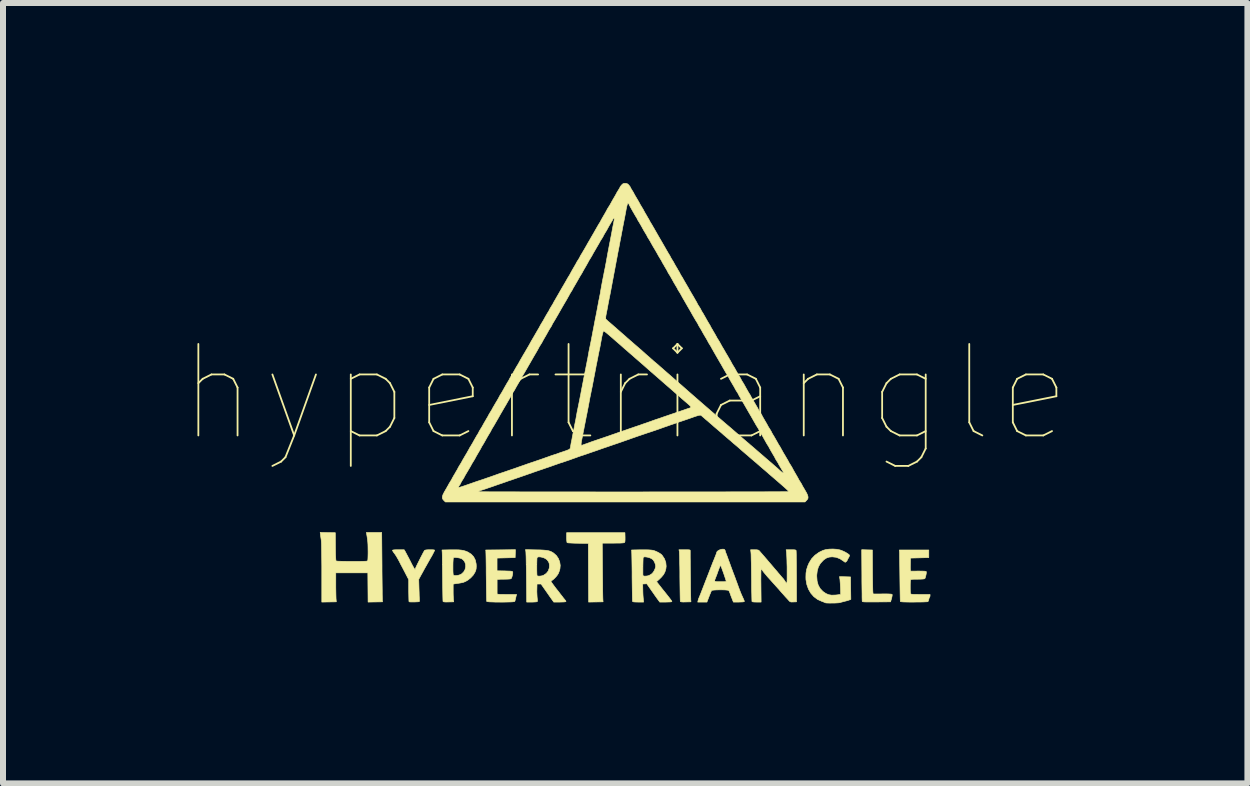
<source format=kicad_pcb>
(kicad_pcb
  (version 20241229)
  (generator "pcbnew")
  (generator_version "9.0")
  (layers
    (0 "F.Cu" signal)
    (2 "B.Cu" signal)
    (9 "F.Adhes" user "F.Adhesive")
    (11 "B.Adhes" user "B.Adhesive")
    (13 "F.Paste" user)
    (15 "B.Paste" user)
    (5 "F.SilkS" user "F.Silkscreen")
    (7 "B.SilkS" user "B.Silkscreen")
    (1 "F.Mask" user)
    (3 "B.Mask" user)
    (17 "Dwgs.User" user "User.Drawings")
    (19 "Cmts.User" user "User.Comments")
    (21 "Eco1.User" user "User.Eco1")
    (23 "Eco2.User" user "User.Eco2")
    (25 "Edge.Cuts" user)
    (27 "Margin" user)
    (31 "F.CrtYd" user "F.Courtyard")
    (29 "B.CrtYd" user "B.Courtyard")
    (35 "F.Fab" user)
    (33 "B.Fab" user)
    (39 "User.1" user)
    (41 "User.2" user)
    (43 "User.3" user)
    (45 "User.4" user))
  (footprint "hypertriangle"
    (layer "F.Cu")
    (at 7.367 3.502)
    (property "Reference" "hypertriangle" (at 0 0 0) (layer "F.SilkS") (effects (font (size 1.524 1.524) (thickness 0.03))))
    (attr through_hole)
    (fp_poly (pts (xy -0.002 2.442) (xy -0.004 2.472) (xy -0.009 2.486) (xy -0.016 2.49) (xy -0.029 2.493) (xy -0.051 2.495) (xy -0.084 2.497) (xy -0.129 2.497) (xy -0.189 2.498) (xy -0.2 2.498) (xy -0.382 2.498) (xy -0.378 2.957) (xy -0.377 3.045) (xy -0.376 3.128) (xy -0.375 3.205) (xy -0.375 3.274) (xy -0.374 3.334) (xy -0.373 3.383) (xy -0.372 3.419) (xy -0.371 3.441) (xy -0.371 3.446) (xy -0.368 3.476) (xy -0.489 3.478) (xy -0.609 3.48) (xy -0.612 2.991) (xy -0.614 2.502) (xy -0.787 2.5) (xy -0.84 2.499) (xy -0.887 2.497) (xy -0.925 2.495) (xy -0.953 2.493) (xy -0.967 2.49) (xy -0.968 2.49) (xy -0.971 2.478) (xy -0.974 2.454) (xy -0.976 2.422) (xy -0.976 2.403) (xy -0.976 2.324) (xy -0.49 2.324) (xy -0.004 2.324) (xy -0.002 2.399) (xy -0.002 2.442)) (stroke (width 0.01) (type solid)) (fill yes) (layer "F.SilkS"))
    (fp_poly (pts (xy 4.449 3.355) (xy 4.449 3.368) (xy 4.445 3.392) (xy 4.438 3.421) (xy 4.422 3.476) (xy 4.188 3.478) (xy 4.115 3.478) (xy 4.058 3.478) (xy 4.015 3.478) (xy 3.984 3.477) (xy 3.964 3.475) (xy 3.953 3.472) (xy 3.95 3.469) (xy 3.949 3.459) (xy 3.948 3.433) (xy 3.947 3.394) (xy 3.947 3.343) (xy 3.946 3.281) (xy 3.945 3.211) (xy 3.944 3.134) (xy 3.944 3.051) (xy 3.944 3.033) (xy 3.941 2.607) (xy 4.03 2.61) (xy 4.119 2.612) (xy 4.121 2.978) (xy 4.122 3.071) (xy 4.123 3.147) (xy 4.124 3.21) (xy 4.125 3.258) (xy 4.126 3.295) (xy 4.128 3.321) (xy 4.13 3.337) (xy 4.133 3.344) (xy 4.134 3.345) (xy 4.145 3.345) (xy 4.171 3.345) (xy 4.208 3.345) (xy 4.252 3.345) (xy 4.295 3.344) (xy 4.352 3.344) (xy 4.394 3.345) (xy 4.423 3.347) (xy 4.44 3.349) (xy 4.448 3.353) (xy 4.449 3.355)) (stroke (width 0.01) (type solid)) (fill yes) (layer "F.SilkS"))
    (fp_poly (pts (xy 1.096 3.476) (xy 1.009 3.478) (xy 0.967 3.479) (xy 0.939 3.477) (xy 0.924 3.474) (xy 0.919 3.47) (xy 0.918 3.459) (xy 0.917 3.433) (xy 0.916 3.394) (xy 0.915 3.343) (xy 0.914 3.282) (xy 0.913 3.213) (xy 0.912 3.137) (xy 0.911 3.061) (xy 0.911 2.979) (xy 0.91 2.902) (xy 0.908 2.831) (xy 0.907 2.769) (xy 0.906 2.716) (xy 0.904 2.675) (xy 0.903 2.647) (xy 0.902 2.635) (xy 0.896 2.608) (xy 0.99 2.608) (xy 1.031 2.608) (xy 1.058 2.609) (xy 1.074 2.611) (xy 1.082 2.615) (xy 1.084 2.622) (xy 1.084 2.623) (xy 1.084 2.648) (xy 1.084 2.687) (xy 1.084 2.737) (xy 1.085 2.796) (xy 1.085 2.861) (xy 1.086 2.932) (xy 1.087 3.005) (xy 1.088 3.079) (xy 1.089 3.151) (xy 1.089 3.22) (xy 1.09 3.284) (xy 1.091 3.34) (xy 1.092 3.387) (xy 1.093 3.422) (xy 1.093 3.444) (xy 1.094 3.45) (xy 1.096 3.476)) (stroke (width 0.01) (type solid)) (fill yes) (layer "F.SilkS"))
    (fp_poly (pts (xy -4.043 3.476) (xy -4.163 3.478) (xy -4.284 3.48) (xy -4.286 3.237) (xy -4.288 2.993) (xy -4.555 2.993) (xy -4.822 2.993) (xy -4.822 3.179) (xy -4.822 3.238) (xy -4.821 3.294) (xy -4.82 3.345) (xy -4.819 3.386) (xy -4.818 3.415) (xy -4.818 3.421) (xy -4.813 3.476) (xy -4.934 3.478) (xy -5.055 3.48) (xy -5.055 2.987) (xy -5.055 2.887) (xy -5.056 2.794) (xy -5.057 2.709) (xy -5.058 2.634) (xy -5.059 2.569) (xy -5.06 2.516) (xy -5.062 2.476) (xy -5.064 2.452) (xy -5.064 2.447) (xy -5.07 2.411) (xy -5.075 2.374) (xy -5.077 2.36) (xy -5.082 2.319) (xy -4.956 2.322) (xy -4.83 2.324) (xy -4.828 2.557) (xy -4.827 2.631) (xy -4.826 2.689) (xy -4.824 2.734) (xy -4.822 2.765) (xy -4.82 2.785) (xy -4.816 2.794) (xy -4.815 2.796) (xy -4.804 2.797) (xy -4.779 2.799) (xy -4.741 2.8) (xy -4.692 2.801) (xy -4.635 2.802) (xy -4.573 2.802) (xy -4.55 2.802) (xy -4.476 2.802) (xy -4.418 2.802) (xy -4.374 2.801) (xy -4.341 2.8) (xy -4.318 2.799) (xy -4.303 2.797) (xy -4.294 2.794) (xy -4.29 2.79) (xy -4.289 2.789) (xy -4.288 2.776) (xy -4.286 2.75) (xy -4.285 2.713) (xy -4.284 2.668) (xy -4.284 2.635) (xy -4.285 2.572) (xy -4.286 2.522) (xy -4.289 2.477) (xy -4.294 2.434) (xy -4.301 2.386) (xy -4.306 2.356) (xy -4.312 2.32) (xy -4.184 2.32) (xy -4.057 2.32) (xy -4.052 2.868) (xy -4.052 2.964) (xy -4.051 3.055) (xy -4.05 3.14) (xy -4.049 3.218) (xy -4.048 3.287) (xy -4.048 3.346) (xy -4.047 3.392) (xy -4.046 3.426) (xy -4.046 3.444) (xy -4.046 3.446) (xy -4.043 3.476)) (stroke (width 0.01) (type solid)) (fill yes) (layer "F.SilkS"))
    (fp_poly (pts (xy -1.81 3.353) (xy -1.816 3.376) (xy -1.822 3.401) (xy -1.828 3.429) (xy -1.829 3.43) (xy -1.834 3.453) (xy -1.84 3.469) (xy -1.841 3.47) (xy -1.851 3.473) (xy -1.875 3.476) (xy -1.911 3.478) (xy -1.955 3.479) (xy -2.005 3.48) (xy -2.059 3.481) (xy -2.114 3.48) (xy -2.166 3.48) (xy -2.214 3.478) (xy -2.255 3.477) (xy -2.286 3.474) (xy -2.304 3.471) (xy -2.307 3.469) (xy -2.308 3.459) (xy -2.309 3.433) (xy -2.31 3.394) (xy -2.311 3.343) (xy -2.312 3.282) (xy -2.313 3.213) (xy -2.314 3.137) (xy -2.315 3.061) (xy -2.316 2.979) (xy -2.316 2.903) (xy -2.317 2.832) (xy -2.318 2.77) (xy -2.319 2.717) (xy -2.32 2.676) (xy -2.321 2.649) (xy -2.321 2.637) (xy -2.324 2.612) (xy -2.076 2.61) (xy -1.828 2.607) (xy -1.831 2.673) (xy -1.833 2.739) (xy -1.984 2.743) (xy -2.135 2.747) (xy -2.135 2.853) (xy -2.135 2.959) (xy -2.007 2.961) (xy -1.957 2.963) (xy -1.921 2.964) (xy -1.897 2.966) (xy -1.883 2.97) (xy -1.876 2.974) (xy -1.874 2.977) (xy -1.873 2.994) (xy -1.876 3.019) (xy -1.883 3.048) (xy -1.891 3.073) (xy -1.899 3.088) (xy -1.909 3.093) (xy -1.931 3.096) (xy -1.968 3.098) (xy -2.02 3.099) (xy -2.02 3.099) (xy -2.068 3.099) (xy -2.104 3.101) (xy -2.127 3.104) (xy -2.134 3.107) (xy -2.134 3.119) (xy -2.134 3.143) (xy -2.134 3.178) (xy -2.134 3.219) (xy -2.134 3.222) (xy -2.134 3.263) (xy -2.134 3.299) (xy -2.134 3.326) (xy -2.134 3.34) (xy -2.134 3.34) (xy -2.132 3.345) (xy -2.124 3.348) (xy -2.108 3.35) (xy -2.083 3.352) (xy -2.046 3.352) (xy -1.994 3.353) (xy -1.972 3.353) (xy -1.81 3.353)) (stroke (width 0.01) (type solid)) (fill yes) (layer "F.SilkS"))
    (fp_poly (pts (xy -2.481 2.881) (xy -2.483 2.922) (xy -2.49 2.954) (xy -2.503 2.984) (xy -2.532 3.031) (xy -2.573 3.075) (xy -2.62 3.113) (xy -2.642 3.126) (xy -2.658 3.135) (xy -2.658 2.894) (xy -2.66 2.849) (xy -2.675 2.807) (xy -2.68 2.8) (xy -2.702 2.774) (xy -2.728 2.756) (xy -2.764 2.745) (xy -2.801 2.739) (xy -2.833 2.736) (xy -2.852 2.738) (xy -2.862 2.743) (xy -2.863 2.744) (xy -2.865 2.757) (xy -2.867 2.782) (xy -2.869 2.817) (xy -2.87 2.858) (xy -2.87 2.902) (xy -2.87 2.944) (xy -2.869 2.981) (xy -2.867 3.01) (xy -2.865 3.026) (xy -2.865 3.027) (xy -2.853 3.036) (xy -2.83 3.039) (xy -2.8 3.037) (xy -2.768 3.03) (xy -2.738 3.018) (xy -2.726 3.011) (xy -2.692 2.979) (xy -2.669 2.939) (xy -2.658 2.894) (xy -2.658 3.135) (xy -2.667 3.139) (xy -2.69 3.149) (xy -2.715 3.156) (xy -2.747 3.162) (xy -2.791 3.169) (xy -2.794 3.169) (xy -2.866 3.18) (xy -2.866 3.281) (xy -2.866 3.326) (xy -2.865 3.37) (xy -2.863 3.408) (xy -2.862 3.429) (xy -2.857 3.476) (xy -2.944 3.478) (xy -2.987 3.479) (xy -3.014 3.477) (xy -3.03 3.474) (xy -3.035 3.47) (xy -3.036 3.459) (xy -3.037 3.433) (xy -3.038 3.394) (xy -3.039 3.343) (xy -3.04 3.282) (xy -3.041 3.213) (xy -3.042 3.137) (xy -3.043 3.061) (xy -3.044 2.979) (xy -3.045 2.903) (xy -3.046 2.832) (xy -3.047 2.77) (xy -3.047 2.717) (xy -3.048 2.676) (xy -3.049 2.649) (xy -3.05 2.637) (xy -3.052 2.612) (xy -2.904 2.609) (xy -2.834 2.609) (xy -2.777 2.61) (xy -2.731 2.614) (xy -2.693 2.621) (xy -2.659 2.631) (xy -2.627 2.644) (xy -2.62 2.647) (xy -2.565 2.682) (xy -2.524 2.727) (xy -2.497 2.78) (xy -2.483 2.844) (xy -2.481 2.881)) (stroke (width 0.01) (type solid)) (fill yes) (layer "F.SilkS"))
    (fp_poly (pts (xy 5.08 3.373) (xy 5.077 3.391) (xy 5.072 3.399) (xy 5.066 3.409) (xy 5.06 3.43) (xy 5.059 3.435) (xy 5.053 3.458) (xy 5.045 3.472) (xy 5.043 3.473) (xy 5.032 3.475) (xy 5.007 3.476) (xy 4.969 3.478) (xy 4.922 3.479) (xy 4.867 3.479) (xy 4.811 3.48) (xy 4.74 3.48) (xy 4.684 3.479) (xy 4.643 3.478) (xy 4.613 3.476) (xy 4.595 3.474) (xy 4.586 3.471) (xy 4.585 3.469) (xy 4.584 3.459) (xy 4.583 3.433) (xy 4.582 3.394) (xy 4.581 3.343) (xy 4.58 3.282) (xy 4.579 3.213) (xy 4.578 3.137) (xy 4.577 3.061) (xy 4.576 2.979) (xy 4.575 2.903) (xy 4.574 2.832) (xy 4.573 2.77) (xy 4.572 2.717) (xy 4.572 2.676) (xy 4.571 2.649) (xy 4.57 2.637) (xy 4.568 2.612) (xy 4.813 2.612) (xy 5.059 2.612) (xy 5.059 2.675) (xy 5.059 2.739) (xy 4.906 2.743) (xy 4.754 2.747) (xy 4.752 2.855) (xy 4.751 2.902) (xy 4.752 2.934) (xy 4.754 2.954) (xy 4.757 2.963) (xy 4.76 2.964) (xy 4.772 2.964) (xy 4.798 2.964) (xy 4.833 2.964) (xy 4.876 2.963) (xy 4.891 2.963) (xy 4.946 2.964) (xy 4.984 2.965) (xy 5.008 2.968) (xy 5.017 2.972) (xy 5.018 2.986) (xy 5.016 3.009) (xy 5.01 3.037) (xy 5.003 3.064) (xy 4.996 3.084) (xy 4.993 3.088) (xy 4.983 3.093) (xy 4.961 3.096) (xy 4.924 3.098) (xy 4.873 3.099) (xy 4.872 3.099) (xy 4.826 3.099) (xy 4.793 3.1) (xy 4.773 3.102) (xy 4.761 3.106) (xy 4.755 3.111) (xy 4.755 3.112) (xy 4.753 3.126) (xy 4.751 3.152) (xy 4.75 3.188) (xy 4.75 3.226) (xy 4.75 3.266) (xy 4.751 3.301) (xy 4.753 3.327) (xy 4.755 3.339) (xy 4.759 3.344) (xy 4.767 3.348) (xy 4.783 3.35) (xy 4.808 3.352) (xy 4.845 3.352) (xy 4.896 3.353) (xy 4.92 3.353) (xy 5.08 3.353) (xy 5.08 3.373)) (stroke (width 0.01) (type solid)) (fill yes) (layer "F.SilkS"))
    (fp_poly (pts (xy -3.175 2.616) (xy -3.179 2.627) (xy -3.189 2.648) (xy -3.203 2.675) (xy -3.218 2.704) (xy -3.234 2.731) (xy -3.239 2.741) (xy -3.247 2.752) (xy -3.255 2.768) (xy -3.267 2.789) (xy -3.284 2.819) (xy -3.307 2.86) (xy -3.31 2.866) (xy -3.328 2.897) (xy -3.345 2.927) (xy -3.355 2.946) (xy -3.367 2.968) (xy -3.384 2.999) (xy -3.403 3.033) (xy -3.406 3.038) (xy -3.44 3.101) (xy -3.435 3.271) (xy -3.433 3.324) (xy -3.432 3.372) (xy -3.43 3.412) (xy -3.429 3.442) (xy -3.428 3.458) (xy -3.427 3.459) (xy -3.427 3.466) (xy -3.432 3.471) (xy -3.444 3.475) (xy -3.467 3.476) (xy -3.504 3.478) (xy -3.51 3.478) (xy -3.546 3.478) (xy -3.576 3.478) (xy -3.596 3.476) (xy -3.601 3.474) (xy -3.603 3.465) (xy -3.604 3.44) (xy -3.605 3.404) (xy -3.606 3.359) (xy -3.607 3.307) (xy -3.607 3.287) (xy -3.607 3.106) (xy -3.673 2.978) (xy -3.71 2.907) (xy -3.74 2.851) (xy -3.763 2.805) (xy -3.782 2.77) (xy -3.798 2.742) (xy -3.81 2.721) (xy -3.821 2.704) (xy -3.83 2.69) (xy -3.84 2.676) (xy -3.844 2.671) (xy -3.862 2.647) (xy -3.874 2.627) (xy -3.878 2.618) (xy -3.871 2.613) (xy -3.851 2.61) (xy -3.815 2.608) (xy -3.78 2.608) (xy -3.683 2.608) (xy -3.668 2.632) (xy -3.66 2.647) (xy -3.645 2.675) (xy -3.626 2.711) (xy -3.603 2.754) (xy -3.581 2.797) (xy -3.554 2.851) (xy -3.532 2.891) (xy -3.517 2.917) (xy -3.506 2.932) (xy -3.5 2.936) (xy -3.497 2.931) (xy -3.497 2.925) (xy -3.493 2.915) (xy -3.483 2.892) (xy -3.468 2.86) (xy -3.449 2.822) (xy -3.428 2.78) (xy -3.407 2.738) (xy -3.386 2.698) (xy -3.368 2.663) (xy -3.353 2.636) (xy -3.343 2.62) (xy -3.342 2.618) (xy -3.331 2.614) (xy -3.308 2.61) (xy -3.279 2.608) (xy -3.246 2.608) (xy -3.216 2.608) (xy -3.191 2.61) (xy -3.177 2.613) (xy -3.175 2.616)) (stroke (width 0.01) (type solid)) (fill yes) (layer "F.SilkS"))
    (fp_poly (pts (xy 3.76 3.435) (xy 3.74 3.443) (xy 3.723 3.449) (xy 3.694 3.458) (xy 3.662 3.466) (xy 3.628 3.475) (xy 3.597 3.483) (xy 3.577 3.489) (xy 3.559 3.492) (xy 3.53 3.494) (xy 3.494 3.496) (xy 3.454 3.496) (xy 3.415 3.497) (xy 3.379 3.496) (xy 3.351 3.495) (xy 3.335 3.492) (xy 3.333 3.491) (xy 3.323 3.486) (xy 3.301 3.477) (xy 3.279 3.469) (xy 3.207 3.437) (xy 3.145 3.391) (xy 3.094 3.333) (xy 3.054 3.265) (xy 3.027 3.189) (xy 3.012 3.105) (xy 3.011 3.065) (xy 3.013 2.997) (xy 3.023 2.938) (xy 3.041 2.881) (xy 3.063 2.83) (xy 3.106 2.759) (xy 3.162 2.7) (xy 3.23 2.651) (xy 3.298 2.618) (xy 3.344 2.605) (xy 3.4 2.598) (xy 3.461 2.596) (xy 3.521 2.6) (xy 3.574 2.61) (xy 3.594 2.616) (xy 3.629 2.63) (xy 3.665 2.647) (xy 3.697 2.666) (xy 3.722 2.683) (xy 3.736 2.696) (xy 3.738 2.699) (xy 3.736 2.712) (xy 3.727 2.733) (xy 3.721 2.743) (xy 3.708 2.765) (xy 3.701 2.78) (xy 3.7 2.784) (xy 3.694 2.795) (xy 3.683 2.806) (xy 3.672 2.815) (xy 3.662 2.815) (xy 3.648 2.805) (xy 3.64 2.799) (xy 3.58 2.759) (xy 3.517 2.734) (xy 3.449 2.726) (xy 3.398 2.731) (xy 3.354 2.746) (xy 3.312 2.774) (xy 3.297 2.788) (xy 3.252 2.837) (xy 3.22 2.893) (xy 3.201 2.956) (xy 3.192 3.03) (xy 3.192 3.052) (xy 3.198 3.131) (xy 3.217 3.199) (xy 3.25 3.256) (xy 3.295 3.303) (xy 3.296 3.304) (xy 3.344 3.337) (xy 3.39 3.357) (xy 3.44 3.365) (xy 3.499 3.363) (xy 3.515 3.362) (xy 3.548 3.358) (xy 3.573 3.354) (xy 3.587 3.353) (xy 3.588 3.353) (xy 3.59 3.345) (xy 3.59 3.324) (xy 3.589 3.292) (xy 3.588 3.254) (xy 3.586 3.213) (xy 3.584 3.173) (xy 3.581 3.136) (xy 3.579 3.106) (xy 3.576 3.088) (xy 3.571 3.056) (xy 3.663 3.058) (xy 3.755 3.061) (xy 3.757 3.248) (xy 3.76 3.435)) (stroke (width 0.01) (type solid)) (fill yes) (layer "F.SilkS"))
    (fp_poly (pts (xy -0.987 3.473) (xy -0.997 3.475) (xy -1.02 3.478) (xy -1.053 3.479) (xy -1.091 3.48) (xy -1.19 3.48) (xy -1.262 3.379) (xy -1.262 2.878) (xy -1.265 2.84) (xy -1.276 2.81) (xy -1.298 2.78) (xy -1.302 2.775) (xy -1.325 2.758) (xy -1.354 2.743) (xy -1.387 2.733) (xy -1.419 2.727) (xy -1.446 2.727) (xy -1.464 2.734) (xy -1.468 2.74) (xy -1.47 2.753) (xy -1.471 2.779) (xy -1.472 2.814) (xy -1.473 2.856) (xy -1.473 2.9) (xy -1.473 2.943) (xy -1.472 2.983) (xy -1.471 3.015) (xy -1.469 3.036) (xy -1.468 3.042) (xy -1.453 3.047) (xy -1.429 3.048) (xy -1.4 3.045) (xy -1.374 3.039) (xy -1.361 3.034) (xy -1.315 3.003) (xy -1.282 2.962) (xy -1.265 2.913) (xy -1.262 2.878) (xy -1.262 3.379) (xy -1.296 3.33) (xy -1.402 3.179) (xy -1.435 3.179) (xy -1.469 3.179) (xy -1.471 3.261) (xy -1.472 3.305) (xy -1.47 3.351) (xy -1.468 3.391) (xy -1.467 3.401) (xy -1.464 3.432) (xy -1.462 3.457) (xy -1.463 3.47) (xy -1.463 3.47) (xy -1.473 3.475) (xy -1.5 3.478) (xy -1.543 3.48) (xy -1.554 3.48) (xy -1.641 3.48) (xy -1.645 3.076) (xy -1.646 2.993) (xy -1.647 2.915) (xy -1.649 2.843) (xy -1.65 2.779) (xy -1.651 2.725) (xy -1.653 2.682) (xy -1.654 2.653) (xy -1.655 2.639) (xy -1.661 2.606) (xy -1.485 2.61) (xy -1.415 2.611) (xy -1.36 2.614) (xy -1.316 2.618) (xy -1.281 2.624) (xy -1.252 2.632) (xy -1.227 2.643) (xy -1.201 2.658) (xy -1.19 2.666) (xy -1.146 2.705) (xy -1.113 2.754) (xy -1.091 2.81) (xy -1.082 2.869) (xy -1.087 2.926) (xy -1.088 2.93) (xy -1.097 2.961) (xy -1.108 2.99) (xy -1.113 3.003) (xy -1.13 3.03) (xy -1.154 3.06) (xy -1.181 3.088) (xy -1.205 3.109) (xy -1.214 3.115) (xy -1.23 3.126) (xy -1.236 3.136) (xy -1.231 3.146) (xy -1.217 3.166) (xy -1.196 3.195) (xy -1.17 3.23) (xy -1.147 3.26) (xy -1.115 3.3) (xy -1.086 3.338) (xy -1.061 3.37) (xy -1.042 3.394) (xy -1.035 3.404) (xy -1.017 3.426) (xy -1.001 3.446) (xy -0.997 3.449) (xy -0.988 3.464) (xy -0.987 3.473)) (stroke (width 0.01) (type solid)) (fill yes) (layer "F.SilkS"))
    (fp_poly (pts (xy 0.779 3.471) (xy 0.771 3.475) (xy 0.747 3.478) (xy 0.71 3.479) (xy 0.677 3.48) (xy 0.576 3.48) (xy 0.54 3.431) (xy 0.521 3.405) (xy 0.508 3.386) (xy 0.508 2.883) (xy 0.502 2.849) (xy 0.488 2.812) (xy 0.468 2.78) (xy 0.457 2.769) (xy 0.435 2.754) (xy 0.405 2.741) (xy 0.372 2.732) (xy 0.341 2.727) (xy 0.316 2.727) (xy 0.301 2.734) (xy 0.301 2.735) (xy 0.299 2.745) (xy 0.298 2.768) (xy 0.297 2.802) (xy 0.296 2.843) (xy 0.295 2.888) (xy 0.295 2.933) (xy 0.295 2.975) (xy 0.295 3.011) (xy 0.296 3.037) (xy 0.296 3.037) (xy 0.304 3.044) (xy 0.323 3.048) (xy 0.349 3.047) (xy 0.377 3.043) (xy 0.399 3.036) (xy 0.426 3.021) (xy 0.451 3.003) (xy 0.451 3.002) (xy 0.471 2.978) (xy 0.489 2.946) (xy 0.502 2.913) (xy 0.508 2.885) (xy 0.508 2.883) (xy 0.508 3.386) (xy 0.496 3.37) (xy 0.468 3.329) (xy 0.438 3.287) (xy 0.432 3.278) (xy 0.36 3.175) (xy 0.326 3.177) (xy 0.292 3.179) (xy 0.294 3.275) (xy 0.295 3.32) (xy 0.297 3.366) (xy 0.3 3.406) (xy 0.302 3.425) (xy 0.307 3.48) (xy 0.217 3.48) (xy 0.172 3.479) (xy 0.143 3.477) (xy 0.127 3.473) (xy 0.123 3.469) (xy 0.122 3.459) (xy 0.121 3.433) (xy 0.12 3.394) (xy 0.119 3.343) (xy 0.118 3.282) (xy 0.117 3.213) (xy 0.116 3.137) (xy 0.115 3.061) (xy 0.115 2.979) (xy 0.114 2.902) (xy 0.113 2.832) (xy 0.112 2.77) (xy 0.111 2.717) (xy 0.11 2.676) (xy 0.109 2.649) (xy 0.109 2.637) (xy 0.106 2.612) (xy 0.258 2.609) (xy 0.327 2.609) (xy 0.385 2.61) (xy 0.43 2.613) (xy 0.46 2.617) (xy 0.494 2.627) (xy 0.533 2.644) (xy 0.57 2.664) (xy 0.6 2.684) (xy 0.615 2.699) (xy 0.655 2.759) (xy 0.677 2.821) (xy 0.683 2.883) (xy 0.678 2.926) (xy 0.663 2.977) (xy 0.64 3.021) (xy 0.606 3.062) (xy 0.577 3.091) (xy 0.523 3.14) (xy 0.615 3.257) (xy 0.648 3.298) (xy 0.681 3.339) (xy 0.71 3.376) (xy 0.733 3.405) (xy 0.743 3.418) (xy 0.761 3.442) (xy 0.774 3.461) (xy 0.779 3.471)) (stroke (width 0.01) (type solid)) (fill yes) (layer "F.SilkS"))
    (fp_poly (pts (xy 2.855 3.476) (xy 2.803 3.478) (xy 2.772 3.479) (xy 2.754 3.476) (xy 2.741 3.469) (xy 2.733 3.461) (xy 2.718 3.444) (xy 2.697 3.421) (xy 2.681 3.404) (xy 2.66 3.381) (xy 2.633 3.35) (xy 2.602 3.316) (xy 2.583 3.294) (xy 2.552 3.258) (xy 2.519 3.222) (xy 2.491 3.19) (xy 2.477 3.175) (xy 2.418 3.109) (xy 2.37 3.056) (xy 2.334 3.013) (xy 2.308 2.982) (xy 2.295 2.964) (xy 2.281 2.943) (xy 2.27 2.928) (xy 2.267 2.925) (xy 2.265 2.931) (xy 2.263 2.953) (xy 2.262 2.99) (xy 2.262 3.041) (xy 2.261 3.106) (xy 2.262 3.183) (xy 2.262 3.198) (xy 2.265 3.48) (xy 2.19 3.48) (xy 2.15 3.479) (xy 2.124 3.476) (xy 2.113 3.47) (xy 2.112 3.469) (xy 2.112 3.459) (xy 2.111 3.433) (xy 2.11 3.394) (xy 2.109 3.343) (xy 2.107 3.283) (xy 2.106 3.214) (xy 2.106 3.138) (xy 2.105 3.073) (xy 2.104 2.993) (xy 2.103 2.916) (xy 2.102 2.845) (xy 2.1 2.782) (xy 2.099 2.729) (xy 2.098 2.687) (xy 2.096 2.659) (xy 2.095 2.648) (xy 2.09 2.608) (xy 2.153 2.608) (xy 2.195 2.609) (xy 2.221 2.615) (xy 2.228 2.619) (xy 2.242 2.634) (xy 2.266 2.662) (xy 2.301 2.702) (xy 2.346 2.754) (xy 2.401 2.819) (xy 2.409 2.828) (xy 2.44 2.864) (xy 2.469 2.898) (xy 2.493 2.927) (xy 2.51 2.946) (xy 2.514 2.951) (xy 2.53 2.969) (xy 2.552 2.996) (xy 2.577 3.025) (xy 2.582 3.031) (xy 2.604 3.057) (xy 2.622 3.077) (xy 2.632 3.089) (xy 2.634 3.09) (xy 2.641 3.099) (xy 2.654 3.118) (xy 2.662 3.131) (xy 2.676 3.151) (xy 2.689 3.164) (xy 2.693 3.167) (xy 2.695 3.158) (xy 2.697 3.136) (xy 2.698 3.101) (xy 2.698 3.057) (xy 2.698 3.006) (xy 2.698 2.951) (xy 2.698 2.893) (xy 2.696 2.836) (xy 2.695 2.781) (xy 2.693 2.732) (xy 2.691 2.691) (xy 2.689 2.66) (xy 2.688 2.648) (xy 2.682 2.608) (xy 2.763 2.608) (xy 2.802 2.608) (xy 2.828 2.61) (xy 2.842 2.614) (xy 2.848 2.62) (xy 2.849 2.631) (xy 2.85 2.657) (xy 2.851 2.696) (xy 2.851 2.748) (xy 2.852 2.809) (xy 2.853 2.88) (xy 2.853 2.957) (xy 2.854 3.039) (xy 2.854 3.054) (xy 2.855 3.476)) (stroke (width 0.01) (type solid)) (fill yes) (layer "F.SilkS"))
    (fp_poly (pts (xy 1.985 3.471) (xy 1.985 3.472) (xy 1.975 3.475) (xy 1.952 3.478) (xy 1.919 3.479) (xy 1.892 3.48) (xy 1.803 3.48) (xy 1.794 3.457) (xy 1.784 3.433) (xy 1.778 3.416) (xy 1.771 3.399) (xy 1.761 3.373) (xy 1.753 3.349) (xy 1.742 3.32) (xy 1.732 3.298) (xy 1.726 3.287) (xy 1.714 3.283) (xy 1.688 3.28) (xy 1.683 3.279) (xy 1.683 3.129) (xy 1.682 3.126) (xy 1.671 3.092) (xy 1.658 3.053) (xy 1.644 3.011) (xy 1.629 2.969) (xy 1.615 2.931) (xy 1.604 2.9) (xy 1.595 2.879) (xy 1.591 2.87) (xy 1.591 2.87) (xy 1.585 2.876) (xy 1.575 2.893) (xy 1.563 2.924) (xy 1.546 2.97) (xy 1.545 2.972) (xy 1.533 3.007) (xy 1.524 3.032) (xy 1.515 3.054) (xy 1.505 3.079) (xy 1.5 3.093) (xy 1.492 3.113) (xy 1.49 3.126) (xy 1.496 3.134) (xy 1.512 3.139) (xy 1.54 3.141) (xy 1.582 3.141) (xy 1.588 3.141) (xy 1.631 3.141) (xy 1.658 3.14) (xy 1.675 3.138) (xy 1.682 3.134) (xy 1.683 3.129) (xy 1.683 3.279) (xy 1.654 3.277) (xy 1.613 3.276) (xy 1.569 3.276) (xy 1.527 3.277) (xy 1.49 3.279) (xy 1.461 3.282) (xy 1.443 3.286) (xy 1.441 3.287) (xy 1.434 3.299) (xy 1.424 3.323) (xy 1.41 3.356) (xy 1.397 3.389) (xy 1.362 3.48) (xy 1.286 3.48) (xy 1.209 3.48) (xy 1.215 3.453) (xy 1.222 3.429) (xy 1.228 3.412) (xy 1.231 3.407) (xy 1.234 3.399) (xy 1.24 3.386) (xy 1.247 3.367) (xy 1.258 3.341) (xy 1.272 3.304) (xy 1.291 3.256) (xy 1.315 3.194) (xy 1.324 3.171) (xy 1.362 3.073) (xy 1.394 2.991) (xy 1.42 2.923) (xy 1.441 2.87) (xy 1.456 2.83) (xy 1.467 2.804) (xy 1.472 2.79) (xy 1.473 2.79) (xy 1.492 2.742) (xy 1.508 2.702) (xy 1.519 2.673) (xy 1.524 2.656) (xy 1.524 2.654) (xy 1.532 2.637) (xy 1.551 2.622) (xy 1.578 2.608) (xy 1.607 2.6) (xy 1.634 2.598) (xy 1.653 2.603) (xy 1.656 2.605) (xy 1.666 2.621) (xy 1.668 2.63) (xy 1.672 2.647) (xy 1.676 2.657) (xy 1.682 2.671) (xy 1.692 2.697) (xy 1.704 2.729) (xy 1.706 2.735) (xy 1.721 2.777) (xy 1.739 2.825) (xy 1.757 2.875) (xy 1.774 2.922) (xy 1.789 2.961) (xy 1.799 2.989) (xy 1.807 3.009) (xy 1.819 3.041) (xy 1.833 3.078) (xy 1.841 3.101) (xy 1.869 3.176) (xy 1.891 3.237) (xy 1.91 3.287) (xy 1.926 3.328) (xy 1.94 3.361) (xy 1.953 3.389) (xy 1.961 3.407) (xy 1.974 3.435) (xy 1.983 3.458) (xy 1.985 3.471)) (stroke (width 0.01) (type solid)) (fill yes) (layer "F.SilkS"))
    (fp_poly (pts (xy 3.047 1.728) (xy 3.046 1.751) (xy 3.035 1.771) (xy 3.022 1.786) (xy 2.996 1.812) (xy 2.729 1.812) (xy 2.729 1.64) (xy 2.725 1.634) (xy 2.709 1.619) (xy 2.684 1.595) (xy 2.651 1.565) (xy 2.637 1.553) (xy 2.637 1.327) (xy 2.634 1.315) (xy 2.632 1.31) (xy 2.623 1.294) (xy 2.607 1.268) (xy 2.59 1.239) (xy 2.589 1.238) (xy 2.574 1.212) (xy 2.562 1.192) (xy 2.557 1.182) (xy 2.557 1.181) (xy 2.553 1.173) (xy 2.542 1.154) (xy 2.527 1.131) (xy 2.512 1.107) (xy 2.501 1.088) (xy 2.498 1.081) (xy 2.494 1.072) (xy 2.483 1.052) (xy 2.466 1.024) (xy 2.447 0.991) (xy 2.427 0.957) (xy 2.411 0.928) (xy 2.4 0.908) (xy 2.396 0.9) (xy 2.392 0.891) (xy 2.381 0.874) (xy 2.38 0.873) (xy 2.368 0.854) (xy 2.351 0.826) (xy 2.337 0.8) (xy 2.313 0.758) (xy 2.296 0.727) (xy 2.283 0.704) (xy 2.272 0.685) (xy 2.26 0.667) (xy 2.257 0.661) (xy 2.244 0.64) (xy 2.236 0.626) (xy 2.235 0.622) (xy 2.231 0.613) (xy 2.221 0.595) (xy 2.214 0.583) (xy 2.196 0.554) (xy 2.178 0.525) (xy 2.174 0.518) (xy 2.162 0.496) (xy 2.142 0.462) (xy 2.118 0.419) (xy 2.089 0.369) (xy 2.058 0.316) (xy 2.027 0.262) (xy 1.997 0.21) (xy 1.97 0.163) (xy 1.946 0.123) (xy 1.929 0.093) (xy 1.925 0.086) (xy 1.908 0.057) (xy 1.895 0.035) (xy 1.889 0.022) (xy 1.888 0.02) (xy 1.884 0.011) (xy 1.873 -0.007) (xy 1.858 -0.03) (xy 1.843 -0.054) (xy 1.833 -0.072) (xy 1.829 -0.08) (xy 1.825 -0.088) (xy 1.814 -0.108) (xy 1.797 -0.136) (xy 1.778 -0.169) (xy 1.758 -0.203) (xy 1.742 -0.231) (xy 1.731 -0.251) (xy 1.727 -0.259) (xy 1.723 -0.268) (xy 1.713 -0.286) (xy 1.706 -0.297) (xy 1.688 -0.326) (xy 1.671 -0.354) (xy 1.667 -0.361) (xy 1.657 -0.379) (xy 1.64 -0.408) (xy 1.619 -0.445) (xy 1.596 -0.486) (xy 1.586 -0.502) (xy 1.559 -0.549) (xy 1.531 -0.597) (xy 1.505 -0.642) (xy 1.484 -0.679) (xy 1.48 -0.685) (xy 1.463 -0.716) (xy 1.449 -0.74) (xy 1.441 -0.755) (xy 1.439 -0.759) (xy 1.435 -0.767) (xy 1.424 -0.785) (xy 1.41 -0.808) (xy 1.395 -0.832) (xy 1.384 -0.85) (xy 1.38 -0.858) (xy 1.376 -0.867) (xy 1.365 -0.887) (xy 1.349 -0.915) (xy 1.329 -0.948) (xy 1.309 -0.982) (xy 1.293 -1.01) (xy 1.282 -1.03) (xy 1.278 -1.038) (xy 1.274 -1.046) (xy 1.263 -1.064) (xy 1.249 -1.087) (xy 1.234 -1.112) (xy 1.223 -1.13) (xy 1.219 -1.139) (xy 1.215 -1.148) (xy 1.205 -1.166) (xy 1.198 -1.178) (xy 1.18 -1.206) (xy 1.163 -1.235) (xy 1.159 -1.242) (xy 1.149 -1.259) (xy 1.132 -1.288) (xy 1.111 -1.325) (xy 1.088 -1.366) (xy 1.078 -1.383) (xy 1.051 -1.429) (xy 1.023 -1.478) (xy 0.997 -1.523) (xy 0.976 -1.56) (xy 0.972 -1.565) (xy 0.955 -1.596) (xy 0.941 -1.621) (xy 0.933 -1.636) (xy 0.931 -1.639) (xy 0.927 -1.647) (xy 0.916 -1.666) (xy 0.902 -1.689) (xy 0.886 -1.713) (xy 0.876 -1.731) (xy 0.872 -1.74) (xy 0.868 -1.749) (xy 0.857 -1.767) (xy 0.85 -1.779) (xy 0.84 -1.795) (xy 0.831 -1.811) (xy 0.82 -1.829) (xy 0.806 -1.853) (xy 0.788 -1.887) (xy 0.777 -1.906) (xy 0.759 -1.938) (xy 0.74 -1.97) (xy 0.733 -1.98) (xy 0.72 -2.001) (xy 0.712 -2.015) (xy 0.711 -2.018) (xy 0.707 -2.027) (xy 0.696 -2.047) (xy 0.68 -2.075) (xy 0.66 -2.108) (xy 0.641 -2.142) (xy 0.624 -2.17) (xy 0.613 -2.19) (xy 0.61 -2.198) (xy 0.605 -2.207) (xy 0.594 -2.225) (xy 0.58 -2.248) (xy 0.565 -2.273) (xy 0.554 -2.291) (xy 0.55 -2.298) (xy 0.546 -2.306) (xy 0.535 -2.326) (xy 0.518 -2.356) (xy 0.497 -2.392) (xy 0.487 -2.409) (xy 0.464 -2.447) (xy 0.446 -2.479) (xy 0.432 -2.504) (xy 0.424 -2.518) (xy 0.423 -2.52) (xy 0.419 -2.528) (xy 0.408 -2.546) (xy 0.394 -2.569) (xy 0.378 -2.594) (xy 0.368 -2.612) (xy 0.364 -2.62) (xy 0.36 -2.63) (xy 0.349 -2.648) (xy 0.342 -2.659) (xy 0.332 -2.676) (xy 0.323 -2.691) (xy 0.312 -2.709) (xy 0.298 -2.734) (xy 0.28 -2.767) (xy 0.269 -2.787) (xy 0.251 -2.818) (xy 0.232 -2.85) (xy 0.225 -2.861) (xy 0.212 -2.882) (xy 0.204 -2.896) (xy 0.203 -2.9) (xy 0.199 -2.909) (xy 0.189 -2.927) (xy 0.181 -2.939) (xy 0.163 -2.969) (xy 0.144 -3.002) (xy 0.14 -3.009) (xy 0.124 -3.036) (xy 0.106 -3.069) (xy 0.094 -3.09) (xy 0.079 -3.117) (xy 0.067 -3.14) (xy 0.062 -3.152) (xy 0.053 -3.164) (xy 0.047 -3.167) (xy 0.04 -3.158) (xy 0.032 -3.134) (xy 0.023 -3.095) (xy 0.017 -3.067) (xy 0.005 -3) (xy -0.01 -2.921) (xy -0.027 -2.835) (xy -0.044 -2.749) (xy -0.05 -2.714) (xy -0.055 -2.689) (xy -0.062 -2.653) (xy -0.07 -2.609) (xy -0.079 -2.563) (xy -0.08 -2.557) (xy -0.089 -2.511) (xy -0.097 -2.466) (xy -0.104 -2.429) (xy -0.109 -2.403) (xy -0.11 -2.4) (xy -0.124 -2.329) (xy -0.136 -2.263) (xy -0.147 -2.206) (xy -0.152 -2.18) (xy -0.157 -2.151) (xy -0.165 -2.111) (xy -0.173 -2.066) (xy -0.181 -2.024) (xy -0.182 -2.02) (xy -0.182 -2.907) (xy -0.187 -2.917) (xy -0.195 -2.916) (xy -0.201 -2.907) (xy -0.208 -2.89) (xy -0.221 -2.867) (xy -0.227 -2.859) (xy -0.243 -2.831) (xy -0.262 -2.799) (xy -0.269 -2.787) (xy -0.291 -2.747) (xy -0.306 -2.719) (xy -0.318 -2.699) (xy -0.328 -2.683) (xy -0.338 -2.667) (xy -0.342 -2.659) (xy -0.355 -2.638) (xy -0.363 -2.624) (xy -0.364 -2.62) (xy -0.368 -2.611) (xy -0.379 -2.592) (xy -0.394 -2.569) (xy -0.409 -2.545) (xy -0.42 -2.527) (xy -0.423 -2.52) (xy -0.427 -2.512) (xy -0.439 -2.492) (xy -0.456 -2.462) (xy -0.477 -2.427) (xy -0.487 -2.409) (xy -0.509 -2.371) (xy -0.528 -2.339) (xy -0.542 -2.314) (xy -0.549 -2.3) (xy -0.55 -2.298) (xy -0.555 -2.29) (xy -0.566 -2.271) (xy -0.58 -2.248) (xy -0.595 -2.224) (xy -0.606 -2.206) (xy -0.61 -2.198) (xy -0.614 -2.19) (xy -0.625 -2.17) (xy -0.641 -2.141) (xy -0.66 -2.108) (xy -0.68 -2.074) (xy -0.696 -2.046) (xy -0.707 -2.026) (xy -0.711 -2.018) (xy -0.715 -2.01) (xy -0.726 -1.992) (xy -0.733 -1.98) (xy -0.743 -1.964) (xy -0.753 -1.948) (xy -0.763 -1.93) (xy -0.777 -1.906) (xy -0.796 -1.872) (xy -0.807 -1.853) (xy -0.825 -1.822) (xy -0.844 -1.789) (xy -0.85 -1.779) (xy -0.863 -1.758) (xy -0.871 -1.743) (xy -0.872 -1.74) (xy -0.876 -1.731) (xy -0.887 -1.712) (xy -0.902 -1.689) (xy -0.917 -1.664) (xy -0.928 -1.647) (xy -0.931 -1.639) (xy -0.935 -1.631) (xy -0.946 -1.612) (xy -0.961 -1.585) (xy -0.972 -1.565) (xy -0.992 -1.531) (xy -1.018 -1.487) (xy -1.046 -1.439) (xy -1.073 -1.392) (xy -1.078 -1.383) (xy -1.102 -1.341) (xy -1.124 -1.302) (xy -1.143 -1.27) (xy -1.156 -1.247) (xy -1.159 -1.242) (xy -1.175 -1.215) (xy -1.193 -1.185) (xy -1.198 -1.178) (xy -1.21 -1.157) (xy -1.218 -1.142) (xy -1.219 -1.139) (xy -1.223 -1.129) (xy -1.234 -1.11) (xy -1.249 -1.087) (xy -1.264 -1.063) (xy -1.275 -1.045) (xy -1.278 -1.038) (xy -1.283 -1.03) (xy -1.294 -1.01) (xy -1.31 -0.981) (xy -1.329 -0.948) (xy -1.349 -0.914) (xy -1.365 -0.886) (xy -1.376 -0.866) (xy -1.38 -0.858) (xy -1.384 -0.85) (xy -1.395 -0.831) (xy -1.41 -0.808) (xy -1.425 -0.784) (xy -1.436 -0.766) (xy -1.439 -0.759) (xy -1.443 -0.751) (xy -1.454 -0.731) (xy -1.469 -0.704) (xy -1.48 -0.685) (xy -1.5 -0.651) (xy -1.526 -0.607) (xy -1.554 -0.558) (xy -1.581 -0.511) (xy -1.586 -0.502) (xy -1.61 -0.461) (xy -1.632 -0.422) (xy -1.651 -0.389) (xy -1.664 -0.367) (xy -1.667 -0.361) (xy -1.683 -0.334) (xy -1.701 -0.305) (xy -1.706 -0.297) (xy -1.718 -0.276) (xy -1.726 -0.262) (xy -1.727 -0.259) (xy -1.731 -0.251) (xy -1.742 -0.231) (xy -1.759 -0.202) (xy -1.778 -0.169) (xy -1.798 -0.135) (xy -1.814 -0.107) (xy -1.825 -0.088) (xy -1.829 -0.08) (xy -1.833 -0.072) (xy -1.844 -0.053) (xy -1.858 -0.03) (xy -1.874 -0.006) (xy -1.884 0.012) (xy -1.888 0.02) (xy -1.892 0.029) (xy -1.903 0.048) (xy -1.918 0.075) (xy -1.925 0.086) (xy -1.94 0.112) (xy -1.961 0.148) (xy -1.987 0.194) (xy -2.017 0.244) (xy -2.048 0.298) (xy -2.079 0.351) (xy -2.108 0.403) (xy -2.134 0.448) (xy -2.156 0.486) (xy -2.171 0.512) (xy -2.174 0.518) (xy -2.191 0.546) (xy -2.209 0.576) (xy -2.214 0.583) (xy -2.226 0.604) (xy -2.234 0.619) (xy -2.235 0.622) (xy -2.239 0.632) (xy -2.25 0.65) (xy -2.257 0.661) (xy -2.268 0.68) (xy -2.279 0.698) (xy -2.292 0.72) (xy -2.308 0.748) (xy -2.329 0.786) (xy -2.337 0.8) (xy -2.354 0.83) (xy -2.37 0.857) (xy -2.38 0.873) (xy -2.391 0.89) (xy -2.396 0.9) (xy -2.396 0.9) (xy -2.4 0.909) (xy -2.411 0.929) (xy -2.427 0.957) (xy -2.447 0.991) (xy -2.467 1.025) (xy -2.483 1.053) (xy -2.494 1.073) (xy -2.498 1.081) (xy -2.502 1.089) (xy -2.513 1.108) (xy -2.527 1.131) (xy -2.542 1.155) (xy -2.553 1.173) (xy -2.557 1.18) (xy -2.561 1.188) (xy -2.572 1.208) (xy -2.589 1.238) (xy -2.61 1.273) (xy -2.62 1.291) (xy -2.643 1.329) (xy -2.662 1.361) (xy -2.676 1.386) (xy -2.683 1.4) (xy -2.684 1.402) (xy -2.688 1.41) (xy -2.699 1.428) (xy -2.714 1.451) (xy -2.729 1.476) (xy -2.74 1.496) (xy -2.743 1.505) (xy -2.748 1.515) (xy -2.76 1.532) (xy -2.76 1.532) (xy -2.772 1.55) (xy -2.777 1.564) (xy -2.777 1.564) (xy -2.775 1.568) (xy -2.769 1.569) (xy -2.757 1.567) (xy -2.736 1.561) (xy -2.705 1.551) (xy -2.661 1.536) (xy -2.616 1.52) (xy -2.572 1.505) (xy -2.518 1.486) (xy -2.463 1.467) (xy -2.417 1.452) (xy -2.366 1.435) (xy -2.306 1.414) (xy -2.244 1.393) (xy -2.188 1.373) (xy -2.184 1.372) (xy -2.133 1.353) (xy -2.078 1.334) (xy -2.026 1.317) (xy -1.984 1.302) (xy -1.977 1.3) (xy -1.94 1.287) (xy -1.892 1.271) (xy -1.837 1.252) (xy -1.781 1.232) (xy -1.744 1.219) (xy -1.689 1.2) (xy -1.633 1.18) (xy -1.58 1.162) (xy -1.535 1.147) (xy -1.511 1.139) (xy -1.471 1.125) (xy -1.421 1.108) (xy -1.366 1.089) (xy -1.314 1.07) (xy -1.304 1.067) (xy -1.26 1.051) (xy -1.221 1.037) (xy -1.189 1.027) (xy -1.169 1.02) (xy -1.164 1.019) (xy -1.142 1.012) (xy -1.13 1.007) (xy -1.115 1.002) (xy -1.088 0.992) (xy -1.055 0.981) (xy -1.036 0.975) (xy -0.99 0.959) (xy -0.958 0.947) (xy -0.936 0.938) (xy -0.923 0.928) (xy -0.916 0.918) (xy -0.913 0.904) (xy -0.911 0.894) (xy -0.906 0.862) (xy -0.9 0.828) (xy -0.899 0.821) (xy -0.893 0.795) (xy -0.886 0.759) (xy -0.879 0.719) (xy -0.876 0.707) (xy -0.869 0.668) (xy -0.863 0.635) (xy -0.856 0.604) (xy -0.849 0.569) (xy -0.841 0.525) (xy -0.834 0.491) (xy -0.826 0.452) (xy -0.819 0.415) (xy -0.814 0.386) (xy -0.813 0.381) (xy -0.808 0.354) (xy -0.801 0.314) (xy -0.79 0.261) (xy -0.776 0.192) (xy -0.762 0.123) (xy -0.757 0.098) (xy -0.75 0.061) (xy -0.741 0.018) (xy -0.733 -0.028) (xy -0.732 -0.03) (xy -0.724 -0.075) (xy -0.715 -0.119) (xy -0.708 -0.156) (xy -0.703 -0.181) (xy -0.703 -0.182) (xy -0.697 -0.212) (xy -0.69 -0.25) (xy -0.682 -0.289) (xy -0.681 -0.292) (xy -0.671 -0.347) (xy -0.661 -0.395) (xy -0.652 -0.442) (xy -0.641 -0.495) (xy -0.634 -0.533) (xy -0.625 -0.575) (xy -0.618 -0.615) (xy -0.612 -0.647) (xy -0.61 -0.66) (xy -0.607 -0.678) (xy -0.603 -0.7) (xy -0.597 -0.729) (xy -0.589 -0.768) (xy -0.579 -0.818) (xy -0.566 -0.881) (xy -0.559 -0.919) (xy -0.554 -0.943) (xy -0.547 -0.98) (xy -0.539 -1.023) (xy -0.53 -1.07) (xy -0.529 -1.075) (xy -0.52 -1.121) (xy -0.512 -1.164) (xy -0.505 -1.201) (xy -0.5 -1.225) (xy -0.5 -1.228) (xy -0.495 -1.25) (xy -0.488 -1.285) (xy -0.48 -1.328) (xy -0.471 -1.374) (xy -0.469 -1.384) (xy -0.459 -1.437) (xy -0.449 -1.492) (xy -0.439 -1.545) (xy -0.43 -1.587) (xy -0.43 -1.587) (xy -0.422 -1.629) (xy -0.414 -1.669) (xy -0.409 -1.703) (xy -0.407 -1.714) (xy -0.402 -1.742) (xy -0.395 -1.782) (xy -0.386 -1.831) (xy -0.376 -1.883) (xy -0.366 -1.934) (xy -0.356 -1.981) (xy -0.356 -1.985) (xy -0.344 -2.044) (xy -0.332 -2.102) (xy -0.322 -2.156) (xy -0.313 -2.203) (xy -0.307 -2.238) (xy -0.305 -2.248) (xy -0.3 -2.276) (xy -0.293 -2.316) (xy -0.284 -2.364) (xy -0.274 -2.416) (xy -0.264 -2.468) (xy -0.255 -2.515) (xy -0.254 -2.519) (xy -0.248 -2.549) (xy -0.241 -2.587) (xy -0.233 -2.626) (xy -0.233 -2.629) (xy -0.223 -2.68) (xy -0.213 -2.735) (xy -0.203 -2.788) (xy -0.193 -2.835) (xy -0.186 -2.873) (xy -0.183 -2.889) (xy -0.182 -2.907) (xy -0.182 -2.02) (xy -0.191 -1.973) (xy -0.202 -1.913) (xy -0.214 -1.851) (xy -0.224 -1.795) (xy -0.224 -1.795) (xy -0.233 -1.748) (xy -0.241 -1.705) (xy -0.248 -1.668) (xy -0.253 -1.643) (xy -0.254 -1.638) (xy -0.258 -1.618) (xy -0.265 -1.584) (xy -0.273 -1.543) (xy -0.282 -1.497) (xy -0.284 -1.486) (xy -0.293 -1.437) (xy -0.302 -1.388) (xy -0.311 -1.345) (xy -0.317 -1.313) (xy -0.318 -1.309) (xy -0.323 -1.279) (xy -0.325 -1.254) (xy -0.325 -1.24) (xy -0.325 -1.24) (xy -0.316 -1.229) (xy -0.298 -1.212) (xy -0.275 -1.191) (xy -0.273 -1.19) (xy -0.245 -1.166) (xy -0.21 -1.136) (xy -0.175 -1.105) (xy -0.166 -1.098) (xy -0.134 -1.069) (xy -0.095 -1.035) (xy -0.054 -0.999) (xy -0.025 -0.974) (xy 0.008 -0.945) (xy 0.039 -0.917) (xy 0.065 -0.895) (xy 0.08 -0.881) (xy 0.096 -0.868) (xy 0.121 -0.846) (xy 0.153 -0.818) (xy 0.189 -0.787) (xy 0.203 -0.775) (xy 0.237 -0.745) (xy 0.267 -0.72) (xy 0.289 -0.7) (xy 0.302 -0.688) (xy 0.305 -0.686) (xy 0.313 -0.679) (xy 0.33 -0.663) (xy 0.355 -0.641) (xy 0.377 -0.622) (xy 0.405 -0.598) (xy 0.428 -0.577) (xy 0.444 -0.563) (xy 0.449 -0.559) (xy 0.457 -0.552) (xy 0.474 -0.536) (xy 0.498 -0.516) (xy 0.508 -0.508) (xy 0.534 -0.486) (xy 0.554 -0.469) (xy 0.566 -0.458) (xy 0.567 -0.457) (xy 0.575 -0.45) (xy 0.593 -0.434) (xy 0.621 -0.41) (xy 0.656 -0.379) (xy 0.697 -0.343) (xy 0.741 -0.305) (xy 0.788 -0.264) (xy 0.831 -0.226) (xy 0.87 -0.192) (xy 0.902 -0.164) (xy 0.925 -0.144) (xy 0.936 -0.135) (xy 1.056 -0.029) (xy 1.174 0.074) (xy 1.29 0.175) (xy 1.409 0.278) (xy 1.533 0.385) (xy 1.665 0.499) (xy 1.77 0.588) (xy 1.826 0.637) (xy 1.883 0.686) (xy 1.937 0.733) (xy 1.987 0.776) (xy 2.03 0.813) (xy 2.064 0.841) (xy 2.074 0.851) (xy 2.105 0.877) (xy 2.146 0.912) (xy 2.194 0.954) (xy 2.246 0.999) (xy 2.301 1.046) (xy 2.349 1.088) (xy 2.397 1.129) (xy 2.441 1.166) (xy 2.478 1.199) (xy 2.508 1.225) (xy 2.529 1.243) (xy 2.539 1.252) (xy 2.54 1.253) (xy 2.548 1.26) (xy 2.565 1.276) (xy 2.584 1.293) (xy 2.611 1.316) (xy 2.629 1.327) (xy 2.637 1.327) (xy 2.637 1.553) (xy 2.611 1.53) (xy 2.566 1.491) (xy 2.565 1.49) (xy 2.519 1.45) (xy 2.477 1.414) (xy 2.441 1.383) (xy 2.412 1.358) (xy 2.392 1.341) (xy 2.384 1.334) (xy 2.375 1.325) (xy 2.355 1.308) (xy 2.327 1.284) (xy 2.295 1.257) (xy 2.286 1.249) (xy 2.253 1.221) (xy 2.226 1.197) (xy 2.205 1.179) (xy 2.194 1.169) (xy 2.193 1.168) (xy 2.185 1.161) (xy 2.167 1.146) (xy 2.143 1.126) (xy 2.134 1.118) (xy 2.108 1.096) (xy 2.088 1.079) (xy 2.076 1.068) (xy 2.074 1.067) (xy 2.066 1.06) (xy 2.049 1.044) (xy 2.025 1.024) (xy 2.015 1.016) (xy 1.959 0.968) (xy 1.911 0.926) (xy 1.893 0.91) (xy 1.883 0.901) (xy 1.863 0.884) (xy 1.838 0.863) (xy 1.829 0.855) (xy 1.803 0.834) (xy 1.783 0.816) (xy 1.771 0.806) (xy 1.77 0.804) (xy 1.762 0.797) (xy 1.744 0.782) (xy 1.72 0.762) (xy 1.71 0.753) (xy 1.684 0.731) (xy 1.662 0.712) (xy 1.648 0.7) (xy 1.646 0.699) (xy 1.603 0.66) (xy 1.549 0.614) (xy 1.524 0.593) (xy 1.498 0.571) (xy 1.478 0.554) (xy 1.466 0.543) (xy 1.465 0.542) (xy 1.457 0.535) (xy 1.439 0.519) (xy 1.413 0.497) (xy 1.382 0.47) (xy 1.372 0.461) (xy 1.338 0.433) (xy 1.309 0.407) (xy 1.286 0.388) (xy 1.273 0.376) (xy 1.272 0.375) (xy 1.263 0.368) (xy 1.253 0.366) (xy 1.237 0.367) (xy 1.214 0.372) (xy 1.182 0.382) (xy 1.137 0.397) (xy 1.122 0.403) (xy 1.095 0.412) (xy 1.095 0.233) (xy 1.092 0.222) (xy 1.077 0.206) (xy 1.052 0.183) (xy 1.016 0.152) (xy 0.997 0.136) (xy 0.967 0.11) (xy 0.929 0.077) (xy 0.884 0.037) (xy 0.834 -0.006) (xy 0.782 -0.052) (xy 0.729 -0.098) (xy 0.677 -0.143) (xy 0.629 -0.185) (xy 0.587 -0.222) (xy 0.571 -0.236) (xy 0.547 -0.257) (xy 0.517 -0.283) (xy 0.486 -0.31) (xy 0.482 -0.313) (xy 0.46 -0.333) (xy 0.427 -0.361) (xy 0.387 -0.396) (xy 0.343 -0.435) (xy 0.298 -0.475) (xy 0.284 -0.487) (xy 0.238 -0.527) (xy 0.193 -0.566) (xy 0.152 -0.602) (xy 0.117 -0.633) (xy 0.091 -0.655) (xy 0.085 -0.66) (xy 0.054 -0.687) (xy 0.024 -0.714) (xy -0.001 -0.735) (xy -0.004 -0.737) (xy -0.087 -0.811) (xy -0.159 -0.873) (xy -0.218 -0.925) (xy -0.267 -0.967) (xy -0.305 -0.999) (xy -0.333 -1.021) (xy -0.351 -1.034) (xy -0.359 -1.039) (xy -0.36 -1.039) (xy -0.365 -1.029) (xy -0.373 -1.006) (xy -0.382 -0.97) (xy -0.392 -0.926) (xy -0.401 -0.874) (xy -0.406 -0.847) (xy -0.411 -0.822) (xy -0.416 -0.791) (xy -0.424 -0.751) (xy -0.435 -0.7) (xy -0.448 -0.636) (xy -0.457 -0.588) (xy -0.462 -0.564) (xy -0.469 -0.527) (xy -0.478 -0.484) (xy -0.487 -0.438) (xy -0.487 -0.436) (xy -0.496 -0.39) (xy -0.504 -0.347) (xy -0.511 -0.31) (xy -0.516 -0.284) (xy -0.516 -0.284) (xy -0.522 -0.254) (xy -0.529 -0.216) (xy -0.537 -0.176) (xy -0.537 -0.174) (xy -0.544 -0.139) (xy -0.55 -0.107) (xy -0.557 -0.074) (xy -0.565 -0.036) (xy -0.574 0.011) (xy -0.586 0.068) (xy -0.594 0.109) (xy -0.601 0.149) (xy -0.607 0.181) (xy -0.61 0.195) (xy -0.614 0.219) (xy -0.621 0.255) (xy -0.629 0.296) (xy -0.634 0.322) (xy -0.642 0.364) (xy -0.651 0.405) (xy -0.657 0.439) (xy -0.66 0.453) (xy -0.665 0.478) (xy -0.672 0.514) (xy -0.681 0.558) (xy -0.689 0.603) (xy -0.69 0.605) (xy -0.699 0.65) (xy -0.707 0.693) (xy -0.714 0.729) (xy -0.719 0.753) (xy -0.719 0.754) (xy -0.729 0.804) (xy -0.734 0.84) (xy -0.733 0.861) (xy -0.728 0.87) (xy -0.719 0.867) (xy -0.708 0.863) (xy -0.685 0.854) (xy -0.65 0.842) (xy -0.608 0.827) (xy -0.565 0.811) (xy -0.51 0.792) (xy -0.454 0.773) (xy -0.401 0.755) (xy -0.356 0.74) (xy -0.334 0.732) (xy -0.294 0.719) (xy -0.244 0.701) (xy -0.189 0.682) (xy -0.137 0.664) (xy -0.127 0.66) (xy -0.072 0.641) (xy -0.01 0.62) (xy 0.05 0.599) (xy 0.102 0.581) (xy 0.106 0.58) (xy 0.146 0.566) (xy 0.193 0.55) (xy 0.244 0.533) (xy 0.296 0.514) (xy 0.347 0.497) (xy 0.392 0.481) (xy 0.43 0.468) (xy 0.456 0.458) (xy 0.466 0.455) (xy 0.479 0.45) (xy 0.504 0.441) (xy 0.537 0.43) (xy 0.559 0.423) (xy 0.591 0.412) (xy 0.636 0.396) (xy 0.689 0.378) (xy 0.747 0.358) (xy 0.806 0.338) (xy 0.821 0.333) (xy 0.877 0.314) (xy 0.929 0.296) (xy 0.976 0.28) (xy 1.013 0.267) (xy 1.039 0.258) (xy 1.046 0.256) (xy 1.071 0.248) (xy 1.088 0.241) (xy 1.095 0.233) (xy 1.095 0.412) (xy 1.067 0.422) (xy 1.006 0.443) (xy 0.944 0.464) (xy 0.902 0.478) (xy 0.861 0.492) (xy 0.813 0.509) (xy 0.762 0.526) (xy 0.709 0.545) (xy 0.659 0.562) (xy 0.614 0.578) (xy 0.578 0.591) (xy 0.552 0.6) (xy 0.542 0.604) (xy 0.529 0.608) (xy 0.504 0.617) (xy 0.471 0.628) (xy 0.453 0.634) (xy 0.421 0.645) (xy 0.38 0.658) (xy 0.333 0.674) (xy 0.283 0.691) (xy 0.233 0.708) (xy 0.186 0.724) (xy 0.145 0.739) (xy 0.112 0.75) (xy 0.09 0.757) (xy 0.085 0.76) (xy 0.068 0.766) (xy 0.039 0.776) (xy -0.001 0.79) (xy -0.046 0.806) (xy -0.095 0.823) (xy -0.144 0.84) (xy -0.189 0.855) (xy -0.229 0.869) (xy -0.25 0.876) (xy -0.287 0.889) (xy -0.335 0.905) (xy -0.39 0.924) (xy -0.446 0.944) (xy -0.483 0.957) (xy -0.536 0.975) (xy -0.591 0.994) (xy -0.642 1.012) (xy -0.684 1.026) (xy -0.707 1.034) (xy -0.742 1.045) (xy -0.771 1.055) (xy -0.791 1.062) (xy -0.796 1.064) (xy -0.814 1.071) (xy -0.843 1.081) (xy -0.88 1.094) (xy -0.92 1.109) (xy -0.962 1.123) (xy -1 1.136) (xy -1.032 1.147) (xy -1.054 1.155) (xy -1.063 1.157) (xy -1.083 1.163) (xy -1.092 1.166) (xy -1.112 1.173) (xy -1.145 1.185) (xy -1.186 1.199) (xy -1.233 1.216) (xy -1.282 1.233) (xy -1.33 1.249) (xy -1.373 1.264) (xy -1.407 1.276) (xy -1.418 1.279) (xy -1.453 1.291) (xy -1.482 1.301) (xy -1.502 1.308) (xy -1.507 1.31) (xy -1.526 1.316) (xy -1.557 1.328) (xy -1.599 1.342) (xy -1.647 1.359) (xy -1.699 1.377) (xy -1.751 1.395) (xy -1.801 1.412) (xy -1.844 1.427) (xy -1.879 1.439) (xy -1.892 1.444) (xy -1.933 1.457) (xy -1.983 1.475) (xy -2.037 1.494) (xy -2.09 1.512) (xy -2.1 1.515) (xy -2.154 1.534) (xy -2.213 1.555) (xy -2.27 1.574) (xy -2.319 1.591) (xy -2.324 1.593) (xy -2.364 1.606) (xy -2.398 1.617) (xy -2.424 1.626) (xy -2.438 1.63) (xy -2.438 1.631) (xy -2.445 1.636) (xy -2.441 1.641) (xy -2.432 1.641) (xy -2.407 1.642) (xy -2.367 1.642) (xy -2.312 1.642) (xy -2.243 1.643) (xy -2.161 1.643) (xy -2.067 1.643) (xy -1.962 1.643) (xy -1.846 1.643) (xy -1.72 1.644) (xy -1.586 1.644) (xy -1.443 1.644) (xy -1.293 1.644) (xy -1.136 1.644) (xy -0.973 1.644) (xy -0.805 1.644) (xy -0.633 1.644) (xy -0.458 1.645) (xy -0.28 1.645) (xy -0.1 1.645) (xy 0.081 1.645) (xy 0.263 1.645) (xy 0.443 1.644) (xy 0.623 1.644) (xy 0.8 1.644) (xy 0.975 1.644) (xy 1.145 1.644) (xy 1.312 1.644) (xy 1.473 1.644) (xy 1.628 1.644) (xy 1.776 1.643) (xy 1.916 1.643) (xy 2.048 1.643) (xy 2.171 1.643) (xy 2.284 1.643) (xy 2.385 1.642) (xy 2.476 1.642) (xy 2.553 1.642) (xy 2.618 1.641) (xy 2.669 1.641) (xy 2.705 1.641) (xy 2.725 1.64) (xy 2.729 1.64) (xy 2.729 1.812) (xy 0 1.812) (xy -2.996 1.812) (xy -3.022 1.786) (xy -3.039 1.766) (xy -3.047 1.745) (xy -3.046 1.722) (xy -3.037 1.692) (xy -3.018 1.654) (xy -2.997 1.617) (xy -2.977 1.583) (xy -2.961 1.555) (xy -2.95 1.536) (xy -2.946 1.528) (xy -2.942 1.519) (xy -2.931 1.501) (xy -2.917 1.478) (xy -2.902 1.454) (xy -2.891 1.436) (xy -2.887 1.428) (xy -2.883 1.419) (xy -2.872 1.399) (xy -2.856 1.371) (xy -2.836 1.338) (xy -2.817 1.304) (xy -2.8 1.276) (xy -2.789 1.256) (xy -2.786 1.248) (xy -2.781 1.239) (xy -2.77 1.22) (xy -2.756 1.197) (xy -2.741 1.173) (xy -2.73 1.155) (xy -2.726 1.148) (xy -2.722 1.14) (xy -2.711 1.119) (xy -2.694 1.09) (xy -2.673 1.054) (xy -2.663 1.037) (xy -2.64 0.999) (xy -2.622 0.966) (xy -2.608 0.942) (xy -2.6 0.928) (xy -2.599 0.926) (xy -2.595 0.917) (xy -2.585 0.9) (xy -2.577 0.888) (xy -2.56 0.859) (xy -2.54 0.826) (xy -2.534 0.814) (xy -2.512 0.775) (xy -2.496 0.747) (xy -2.484 0.726) (xy -2.475 0.71) (xy -2.465 0.694) (xy -2.46 0.687) (xy -2.447 0.665) (xy -2.44 0.651) (xy -2.438 0.647) (xy -2.434 0.638) (xy -2.423 0.619) (xy -2.409 0.596) (xy -2.394 0.572) (xy -2.383 0.554) (xy -2.379 0.547) (xy -2.375 0.538) (xy -2.364 0.519) (xy -2.348 0.49) (xy -2.328 0.457) (xy -2.309 0.423) (xy -2.292 0.395) (xy -2.281 0.375) (xy -2.278 0.367) (xy -2.273 0.359) (xy -2.262 0.34) (xy -2.248 0.317) (xy -2.233 0.293) (xy -2.222 0.275) (xy -2.218 0.267) (xy -2.214 0.259) (xy -2.203 0.239) (xy -2.186 0.21) (xy -2.165 0.174) (xy -2.155 0.157) (xy -2.132 0.119) (xy -2.113 0.086) (xy -2.1 0.061) (xy -2.092 0.047) (xy -2.091 0.045) (xy -2.087 0.036) (xy -2.076 0.019) (xy -2.076 0.018) (xy -2.063 -0.001) (xy -2.047 -0.029) (xy -2.032 -0.055) (xy -2.009 -0.097) (xy -1.991 -0.128) (xy -1.978 -0.151) (xy -1.967 -0.17) (xy -1.956 -0.188) (xy -1.952 -0.194) (xy -1.939 -0.215) (xy -1.932 -0.23) (xy -1.93 -0.233) (xy -1.926 -0.242) (xy -1.916 -0.26) (xy -1.909 -0.272) (xy -1.898 -0.288) (xy -1.889 -0.304) (xy -1.878 -0.322) (xy -1.865 -0.346) (xy -1.846 -0.38) (xy -1.835 -0.399) (xy -1.817 -0.431) (xy -1.798 -0.463) (xy -1.791 -0.473) (xy -1.779 -0.494) (xy -1.771 -0.508) (xy -1.77 -0.511) (xy -1.765 -0.519) (xy -1.754 -0.54) (xy -1.736 -0.571) (xy -1.714 -0.609) (xy -1.688 -0.654) (xy -1.676 -0.673) (xy -1.649 -0.72) (xy -1.625 -0.761) (xy -1.605 -0.795) (xy -1.591 -0.82) (xy -1.584 -0.833) (xy -1.583 -0.834) (xy -1.579 -0.842) (xy -1.568 -0.862) (xy -1.551 -0.892) (xy -1.529 -0.929) (xy -1.504 -0.972) (xy -1.503 -0.974) (xy -1.478 -1.017) (xy -1.456 -1.055) (xy -1.438 -1.085) (xy -1.427 -1.106) (xy -1.422 -1.114) (xy -1.422 -1.114) (xy -1.418 -1.123) (xy -1.408 -1.141) (xy -1.401 -1.152) (xy -1.383 -1.182) (xy -1.363 -1.215) (xy -1.357 -1.226) (xy -1.335 -1.266) (xy -1.319 -1.294) (xy -1.307 -1.314) (xy -1.298 -1.33) (xy -1.288 -1.346) (xy -1.283 -1.354) (xy -1.27 -1.375) (xy -1.263 -1.39) (xy -1.262 -1.393) (xy -1.257 -1.402) (xy -1.246 -1.421) (xy -1.232 -1.444) (xy -1.217 -1.468) (xy -1.206 -1.486) (xy -1.202 -1.493) (xy -1.198 -1.501) (xy -1.188 -1.521) (xy -1.172 -1.548) (xy -1.161 -1.567) (xy -1.141 -1.602) (xy -1.116 -1.645) (xy -1.088 -1.694) (xy -1.061 -1.741) (xy -1.056 -1.75) (xy -1.031 -1.792) (xy -1.009 -1.83) (xy -0.99 -1.863) (xy -0.977 -1.886) (xy -0.974 -1.891) (xy -0.959 -1.918) (xy -0.941 -1.947) (xy -0.936 -1.955) (xy -0.923 -1.976) (xy -0.916 -1.99) (xy -0.914 -1.993) (xy -0.91 -2.001) (xy -0.899 -2.021) (xy -0.883 -2.05) (xy -0.864 -2.083) (xy -0.844 -2.117) (xy -0.828 -2.145) (xy -0.817 -2.164) (xy -0.813 -2.172) (xy -0.809 -2.181) (xy -0.798 -2.199) (xy -0.783 -2.222) (xy -0.768 -2.246) (xy -0.757 -2.265) (xy -0.754 -2.273) (xy -0.749 -2.282) (xy -0.739 -2.301) (xy -0.732 -2.312) (xy -0.714 -2.341) (xy -0.697 -2.371) (xy -0.693 -2.378) (xy -0.683 -2.394) (xy -0.667 -2.422) (xy -0.645 -2.46) (xy -0.62 -2.505) (xy -0.591 -2.554) (xy -0.58 -2.574) (xy -0.551 -2.624) (xy -0.524 -2.67) (xy -0.501 -2.711) (xy -0.482 -2.744) (xy -0.47 -2.765) (xy -0.467 -2.77) (xy -0.451 -2.798) (xy -0.433 -2.828) (xy -0.428 -2.836) (xy -0.415 -2.856) (xy -0.408 -2.871) (xy -0.406 -2.874) (xy -0.402 -2.882) (xy -0.391 -2.902) (xy -0.375 -2.93) (xy -0.356 -2.963) (xy -0.336 -2.997) (xy -0.32 -3.026) (xy -0.309 -3.045) (xy -0.305 -3.053) (xy -0.301 -3.062) (xy -0.29 -3.081) (xy -0.275 -3.104) (xy -0.26 -3.128) (xy -0.249 -3.146) (xy -0.246 -3.153) (xy -0.241 -3.161) (xy -0.23 -3.181) (xy -0.214 -3.21) (xy -0.195 -3.243) (xy -0.175 -3.277) (xy -0.159 -3.305) (xy -0.148 -3.325) (xy -0.144 -3.333) (xy -0.14 -3.341) (xy -0.129 -3.36) (xy -0.114 -3.383) (xy -0.099 -3.408) (xy -0.088 -3.427) (xy -0.085 -3.436) (xy -0.079 -3.445) (xy -0.066 -3.462) (xy -0.06 -3.469) (xy -0.04 -3.488) (xy -0.02 -3.496) (xy 0 -3.497) (xy 0.026 -3.494) (xy 0.046 -3.484) (xy 0.06 -3.469) (xy 0.075 -3.451) (xy 0.084 -3.438) (xy 0.085 -3.436) (xy 0.089 -3.426) (xy 0.1 -3.406) (xy 0.114 -3.383) (xy 0.129 -3.359) (xy 0.14 -3.341) (xy 0.144 -3.333) (xy 0.148 -3.324) (xy 0.159 -3.304) (xy 0.175 -3.276) (xy 0.195 -3.243) (xy 0.215 -3.209) (xy 0.231 -3.181) (xy 0.242 -3.161) (xy 0.246 -3.153) (xy 0.25 -3.145) (xy 0.261 -3.127) (xy 0.275 -3.104) (xy 0.29 -3.079) (xy 0.301 -3.061) (xy 0.305 -3.053) (xy 0.309 -3.045) (xy 0.32 -3.025) (xy 0.336 -2.996) (xy 0.356 -2.963) (xy 0.375 -2.929) (xy 0.392 -2.901) (xy 0.403 -2.882) (xy 0.406 -2.874) (xy 0.411 -2.865) (xy 0.421 -2.847) (xy 0.428 -2.836) (xy 0.446 -2.807) (xy 0.463 -2.777) (xy 0.467 -2.77) (xy 0.477 -2.754) (xy 0.493 -2.725) (xy 0.515 -2.687) (xy 0.54 -2.643) (xy 0.568 -2.594) (xy 0.58 -2.574) (xy 0.609 -2.524) (xy 0.636 -2.477) (xy 0.659 -2.437) (xy 0.678 -2.404) (xy 0.69 -2.382) (xy 0.693 -2.378) (xy 0.709 -2.35) (xy 0.727 -2.319) (xy 0.732 -2.312) (xy 0.745 -2.291) (xy 0.752 -2.276) (xy 0.754 -2.273) (xy 0.758 -2.264) (xy 0.769 -2.245) (xy 0.783 -2.222) (xy 0.798 -2.198) (xy 0.809 -2.18) (xy 0.813 -2.172) (xy 0.817 -2.164) (xy 0.828 -2.144) (xy 0.844 -2.116) (xy 0.864 -2.083) (xy 0.883 -2.049) (xy 0.9 -2.021) (xy 0.911 -2.001) (xy 0.914 -1.993) (xy 0.919 -1.984) (xy 0.929 -1.966) (xy 0.936 -1.955) (xy 0.954 -1.927) (xy 0.97 -1.898) (xy 0.974 -1.891) (xy 0.984 -1.873) (xy 1.001 -1.844) (xy 1.022 -1.808) (xy 1.046 -1.767) (xy 1.056 -1.75) (xy 1.082 -1.703) (xy 1.11 -1.655) (xy 1.137 -1.61) (xy 1.158 -1.573) (xy 1.161 -1.567) (xy 1.179 -1.537) (xy 1.193 -1.512) (xy 1.201 -1.497) (xy 1.202 -1.493) (xy 1.206 -1.485) (xy 1.217 -1.467) (xy 1.232 -1.444) (xy 1.247 -1.42) (xy 1.258 -1.401) (xy 1.262 -1.393) (xy 1.266 -1.384) (xy 1.276 -1.365) (xy 1.283 -1.354) (xy 1.294 -1.337) (xy 1.303 -1.322) (xy 1.313 -1.304) (xy 1.327 -1.28) (xy 1.346 -1.246) (xy 1.357 -1.226) (xy 1.375 -1.195) (xy 1.394 -1.163) (xy 1.401 -1.152) (xy 1.413 -1.132) (xy 1.421 -1.117) (xy 1.422 -1.114) (xy 1.426 -1.106) (xy 1.437 -1.086) (xy 1.454 -1.058) (xy 1.473 -1.024) (xy 1.493 -0.991) (xy 1.509 -0.962) (xy 1.52 -0.943) (xy 1.524 -0.935) (xy 1.528 -0.927) (xy 1.539 -0.908) (xy 1.554 -0.885) (xy 1.569 -0.861) (xy 1.579 -0.843) (xy 1.583 -0.836) (xy 1.587 -0.828) (xy 1.599 -0.807) (xy 1.616 -0.776) (xy 1.639 -0.738) (xy 1.665 -0.693) (xy 1.676 -0.673) (xy 1.704 -0.627) (xy 1.728 -0.585) (xy 1.748 -0.551) (xy 1.762 -0.526) (xy 1.769 -0.513) (xy 1.77 -0.511) (xy 1.774 -0.503) (xy 1.784 -0.485) (xy 1.791 -0.473) (xy 1.809 -0.444) (xy 1.829 -0.411) (xy 1.835 -0.399) (xy 1.857 -0.36) (xy 1.873 -0.332) (xy 1.884 -0.311) (xy 1.894 -0.295) (xy 1.904 -0.28) (xy 1.909 -0.272) (xy 1.921 -0.251) (xy 1.929 -0.236) (xy 1.93 -0.233) (xy 1.935 -0.224) (xy 1.945 -0.205) (xy 1.952 -0.194) (xy 1.964 -0.175) (xy 1.975 -0.157) (xy 1.987 -0.136) (xy 2.003 -0.107) (xy 2.024 -0.069) (xy 2.032 -0.055) (xy 2.049 -0.025) (xy 2.065 0.002) (xy 2.076 0.018) (xy 2.086 0.035) (xy 2.091 0.045) (xy 2.091 0.045) (xy 2.095 0.054) (xy 2.107 0.074) (xy 2.124 0.104) (xy 2.145 0.14) (xy 2.155 0.157) (xy 2.177 0.195) (xy 2.196 0.227) (xy 2.21 0.252) (xy 2.217 0.265) (xy 2.218 0.267) (xy 2.222 0.276) (xy 2.233 0.294) (xy 2.248 0.317) (xy 2.263 0.341) (xy 2.274 0.359) (xy 2.278 0.367) (xy 2.282 0.376) (xy 2.293 0.396) (xy 2.309 0.424) (xy 2.328 0.457) (xy 2.348 0.491) (xy 2.364 0.519) (xy 2.375 0.539) (xy 2.379 0.547) (xy 2.383 0.555) (xy 2.394 0.573) (xy 2.409 0.596) (xy 2.424 0.621) (xy 2.435 0.639) (xy 2.438 0.647) (xy 2.443 0.657) (xy 2.453 0.675) (xy 2.46 0.687) (xy 2.478 0.716) (xy 2.497 0.749) (xy 2.504 0.761) (xy 2.526 0.8) (xy 2.542 0.828) (xy 2.553 0.849) (xy 2.563 0.865) (xy 2.573 0.88) (xy 2.578 0.888) (xy 2.59 0.909) (xy 2.598 0.923) (xy 2.599 0.926) (xy 2.603 0.934) (xy 2.615 0.954) (xy 2.631 0.984) (xy 2.652 1.019) (xy 2.663 1.037) (xy 2.685 1.075) (xy 2.704 1.107) (xy 2.718 1.132) (xy 2.725 1.146) (xy 2.726 1.148) (xy 2.73 1.156) (xy 2.741 1.174) (xy 2.756 1.197) (xy 2.771 1.222) (xy 2.782 1.24) (xy 2.786 1.248) (xy 2.79 1.256) (xy 2.801 1.276) (xy 2.817 1.305) (xy 2.836 1.338) (xy 2.856 1.372) (xy 2.872 1.4) (xy 2.883 1.42) (xy 2.887 1.428) (xy 2.891 1.436) (xy 2.902 1.455) (xy 2.917 1.478) (xy 2.932 1.502) (xy 2.943 1.52) (xy 2.946 1.528) (xy 2.95 1.536) (xy 2.961 1.556) (xy 2.978 1.584) (xy 2.997 1.617) (xy 3.024 1.664) (xy 3.04 1.7) (xy 3.047 1.728)) (stroke (width 0.01) (type solid)) (fill yes) (layer "F.SilkS")))
  (gr_rect
    (start -3 -3)
    (end 17.735 10.003)
    (stroke (width 0.1) (type default))
    (fill no)
    (layer "Edge.Cuts")))
</source>
